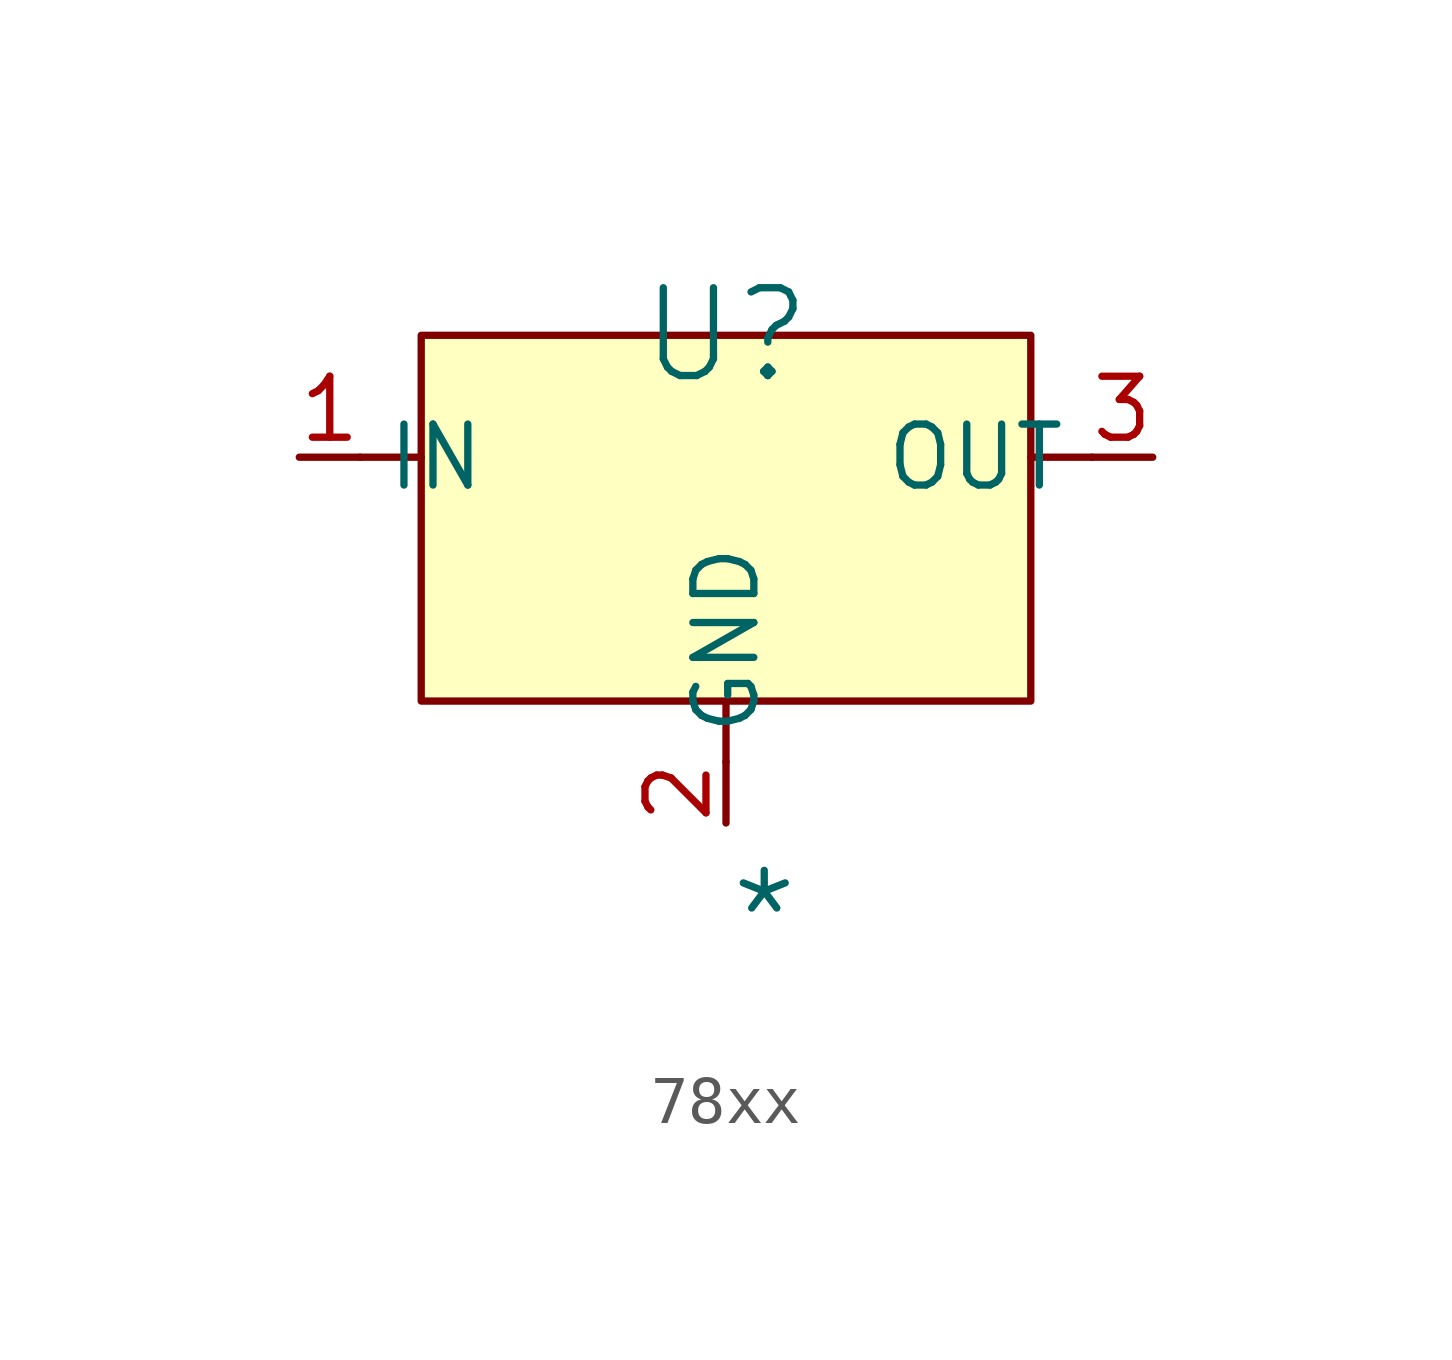
<source format=kicad_sym>
(kicad_symbol_lib
  (version 20241209)
  (generator "kicad_symbol_editor")
  (generator_version "9.0")
  (symbol "78xx"
    (property "Reference" "U"
      (at 0 0 0)
      (effects (font (size 1.829 1.829))))
    (property "Value" "*"
      (at 0 -13.208 0)
      (effects (font (size 1.829 1.829)) (justify left bottom)))
    (symbol "78xx_1_0"
      (polyline (pts (xy -7.62 -2.54) (xy -6.35 -2.54)) (stroke (width 0) (type solid)) (fill (type none)))
      (polyline (pts (xy 0 -8.89) (xy 0 -7.62)) (stroke (width 0) (type solid)) (fill (type none)))
      (rectangle (start 6.35 0) (end -6.35 -7.62) (stroke (width 0) (type solid) (color 128 0 0 1)) (fill (type background)))
      (polyline (pts (xy 7.62 -2.54) (xy 6.35 -2.54)) (stroke (width 0) (type solid)) (fill (type none)))
      (pin power_in line (at -8.89 -2.54 0) (length 1.27) (name "IN" (effects (font (size 1.27 1.27)))) (number "1" (effects (font (size 1.27 1.27)))))
      (pin power_in line (at 0 -10.16 90) (length 1.27) (name "GND" (effects (font (size 1.27 1.27)))) (number "2" (effects (font (size 1.27 1.27)))))
      (pin power_in line (at 8.89 -2.54 180) (length 1.27) (name "OUT" (effects (font (size 1.27 1.27)))) (number "3" (effects (font (size 1.27 1.27))))))))
</source>
